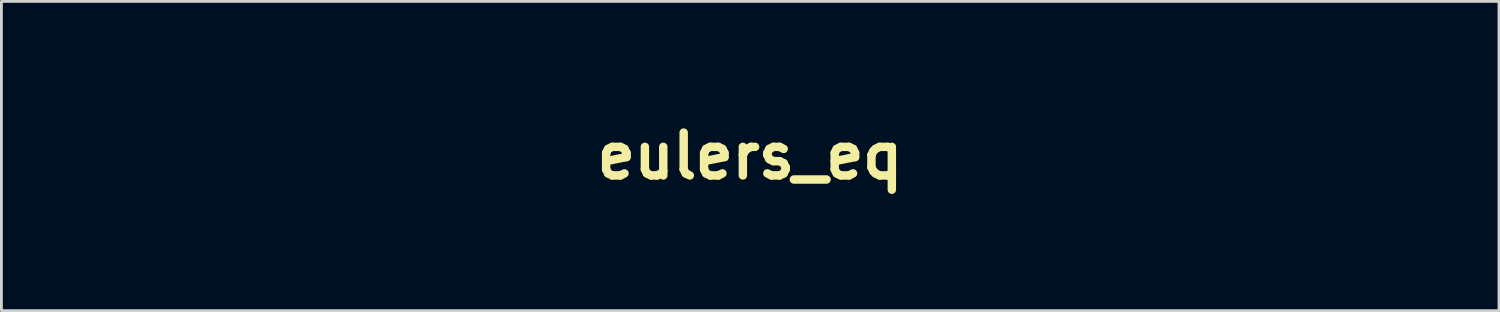
<source format=kicad_pcb>
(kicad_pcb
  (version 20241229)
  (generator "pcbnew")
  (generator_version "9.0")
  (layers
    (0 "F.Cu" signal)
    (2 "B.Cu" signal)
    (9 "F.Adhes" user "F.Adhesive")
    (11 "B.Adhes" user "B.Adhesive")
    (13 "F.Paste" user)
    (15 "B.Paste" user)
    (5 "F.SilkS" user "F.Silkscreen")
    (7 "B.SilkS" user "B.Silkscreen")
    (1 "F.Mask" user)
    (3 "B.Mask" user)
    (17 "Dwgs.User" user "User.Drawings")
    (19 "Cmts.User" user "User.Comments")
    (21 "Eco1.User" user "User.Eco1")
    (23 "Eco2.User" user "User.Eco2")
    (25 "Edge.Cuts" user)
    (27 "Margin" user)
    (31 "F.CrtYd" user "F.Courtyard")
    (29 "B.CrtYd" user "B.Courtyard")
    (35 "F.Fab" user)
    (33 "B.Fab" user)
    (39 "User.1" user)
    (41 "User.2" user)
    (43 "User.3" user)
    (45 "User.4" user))
  (footprint "eulers_eq"
    (layer "F.Cu")
    (at 23.62 2.499)
    (property "Reference" "eulers_eq" (at 0 0 0) (layer "F.SilkS") (effects (font (size 1.524 1.524) (thickness 0.3))))
    (attr board_only exclude_from_pos_files exclude_from_bom)
    (fp_poly (pts (xy -15.971 -2.288) (xy -15.939 -2.262) (xy -15.909 -2.217) (xy -15.908 -2.216) (xy -15.891 -2.145) (xy -15.907 -2.071) (xy -15.948 -2.003) (xy -16.01 -1.951) (xy -16.085 -1.923) (xy -16.117 -1.921) (xy -16.175 -1.928) (xy -16.221 -1.945) (xy -16.224 -1.947) (xy -16.273 -2.004) (xy -16.288 -2.069) (xy -16.277 -2.136) (xy -16.242 -2.2) (xy -16.188 -2.253) (xy -16.122 -2.289) (xy -16.046 -2.302)) (stroke (width 0) (type solid)) (fill yes) (layer "F.Mask"))
    (fp_poly (pts (xy 16.146 -1.388) (xy 16.235 -1.35) (xy 16.305 -1.278) (xy 16.32 -1.255) (xy 16.353 -1.168) (xy 16.36 -1.069) (xy 16.342 -0.974) (xy 16.315 -0.92) (xy 16.239 -0.842) (xy 16.145 -0.796) (xy 16.041 -0.782) (xy 15.935 -0.805) (xy 15.929 -0.808) (xy 15.84 -0.866) (xy 15.78 -0.945) (xy 15.75 -1.038) (xy 15.751 -1.137) (xy 15.785 -1.234) (xy 15.849 -1.319) (xy 15.898 -1.36) (xy 15.945 -1.383) (xy 16.009 -1.393) (xy 16.035 -1.395)) (stroke (width 0) (type solid)) (fill yes) (layer "F.Mask"))
    (fp_poly (pts (xy -9.219 1.419) (xy -8.983 1.419) (xy -8.748 1.42) (xy -8.52 1.421) (xy -8.3 1.423) (xy -8.094 1.425) (xy -7.904 1.427) (xy -7.733 1.429) (xy -7.586 1.432) (xy -7.465 1.435) (xy -7.375 1.439) (xy -7.318 1.443) (xy -7.3 1.446) (xy -7.266 1.472) (xy -7.252 1.512) (xy -7.25 1.55) (xy -7.255 1.607) (xy -7.276 1.639) (xy -7.3 1.654) (xy -7.317 1.659) (xy -7.35 1.663) (xy -7.402 1.666) (xy -7.474 1.669) (xy -7.568 1.672) (xy -7.687 1.674) (xy -7.833 1.675) (xy -8.008 1.677) (xy -8.214 1.678) (xy -8.452 1.678) (xy -8.726 1.678) (xy -9.038 1.678) (xy -9.14 1.678) (xy -9.405 1.678) (xy -9.659 1.677) (xy -9.899 1.676) (xy -10.123 1.675) (xy -10.327 1.673) (xy -10.508 1.672) (xy -10.664 1.67) (xy -10.791 1.667) (xy -10.887 1.665) (xy -10.949 1.662) (xy -10.974 1.66) (xy -11.027 1.621) (xy -11.05 1.568) (xy -11.043 1.511) (xy -11.007 1.462) (xy -10.969 1.44) (xy -10.939 1.436) (xy -10.872 1.432) (xy -10.773 1.429) (xy -10.644 1.426) (xy -10.49 1.424) (xy -10.313 1.422) (xy -10.118 1.421) (xy -9.908 1.42) (xy -9.685 1.419) (xy -9.455 1.419)) (stroke (width 0) (type solid)) (fill yes) (layer "F.Mask"))
    (fp_poly (pts (xy 16.345 1.019) (xy 16.346 1.268) (xy 16.346 1.48) (xy 16.347 1.658) (xy 16.349 1.805) (xy 16.353 1.924) (xy 16.359 2.018) (xy 16.367 2.09) (xy 16.379 2.143) (xy 16.395 2.18) (xy 16.415 2.204) (xy 16.441 2.218) (xy 16.472 2.225) (xy 16.51 2.229) (xy 16.554 2.231) (xy 16.585 2.233) (xy 16.74 2.246) (xy 16.74 2.338) (xy 16.74 2.43) (xy 15.5 2.43) (xy 15.5 2.335) (xy 15.5 2.24) (xy 15.615 2.24) (xy 15.732 2.233) (xy 15.826 2.215) (xy 15.892 2.188) (xy 15.914 2.167) (xy 15.921 2.139) (xy 15.926 2.076) (xy 15.93 1.983) (xy 15.934 1.864) (xy 15.937 1.726) (xy 15.94 1.571) (xy 15.941 1.406) (xy 15.942 1.236) (xy 15.942 1.064) (xy 15.941 0.897) (xy 15.939 0.739) (xy 15.937 0.595) (xy 15.933 0.469) (xy 15.929 0.367) (xy 15.924 0.294) (xy 15.918 0.255) (xy 15.917 0.252) (xy 15.873 0.203) (xy 15.798 0.171) (xy 15.695 0.16) (xy 15.692 0.16) (xy 15.608 0.157) (xy 15.557 0.145) (xy 15.53 0.119) (xy 15.521 0.075) (xy 15.52 0.048) (xy 15.523 -0.008) (xy 15.536 -0.036) (xy 15.564 -0.048) (xy 15.565 -0.048) (xy 15.603 -0.053) (xy 15.672 -0.06) (xy 15.763 -0.068) (xy 15.867 -0.076) (xy 15.976 -0.084) (xy 16.08 -0.091) (xy 16.171 -0.096) (xy 16.24 -0.099) (xy 16.267 -0.1) (xy 16.339 -0.1)) (stroke (width 0) (type solid)) (fill yes) (layer "F.Mask"))
    (fp_poly (pts (xy -8.84 0.32) (xy -8.563 0.32) (xy -8.321 0.321) (xy -8.112 0.321) (xy -7.933 0.322) (xy -7.782 0.323) (xy -7.657 0.325) (xy -7.554 0.327) (xy -7.473 0.329) (xy -7.409 0.332) (xy -7.362 0.335) (xy -7.327 0.339) (xy -7.304 0.343) (xy -7.29 0.348) (xy -7.284 0.351) (xy -7.249 0.398) (xy -7.242 0.457) (xy -7.264 0.513) (xy -7.277 0.527) (xy -7.285 0.533) (xy -7.3 0.538) (xy -7.322 0.542) (xy -7.355 0.546) (xy -7.402 0.549) (xy -7.463 0.552) (xy -7.543 0.554) (xy -7.643 0.556) (xy -7.765 0.557) (xy -7.913 0.558) (xy -8.088 0.559) (xy -8.294 0.559) (xy -8.532 0.56) (xy -8.804 0.56) (xy -9.115 0.56) (xy -9.147 0.56) (xy -9.459 0.56) (xy -9.733 0.56) (xy -9.973 0.56) (xy -10.18 0.559) (xy -10.357 0.559) (xy -10.506 0.558) (xy -10.63 0.557) (xy -10.731 0.555) (xy -10.812 0.553) (xy -10.875 0.551) (xy -10.923 0.548) (xy -10.958 0.544) (xy -10.982 0.54) (xy -10.999 0.535) (xy -11.01 0.529) (xy -11.018 0.522) (xy -11.02 0.52) (xy -11.05 0.476) (xy -11.06 0.44) (xy -11.046 0.396) (xy -11.02 0.36) (xy -11.012 0.353) (xy -11.003 0.347) (xy -10.988 0.342) (xy -10.967 0.337) (xy -10.936 0.334) (xy -10.892 0.33) (xy -10.835 0.328) (xy -10.76 0.326) (xy -10.666 0.324) (xy -10.549 0.322) (xy -10.409 0.322) (xy -10.241 0.321) (xy -10.044 0.32) (xy -9.815 0.32) (xy -9.552 0.32) (xy -9.253 0.32) (xy -9.154 0.32)) (stroke (width 0) (type solid)) (fill yes) (layer "F.Mask"))
    (fp_poly (pts (xy -1.176 -0.127) (xy -1.1 -0.112) (xy -0.894 -0.041) (xy -0.703 0.066) (xy -0.531 0.203) (xy -0.384 0.367) (xy -0.267 0.554) (xy -0.253 0.581) (xy -0.167 0.802) (xy -0.118 1.024) (xy -0.105 1.244) (xy -0.128 1.459) (xy -0.186 1.664) (xy -0.277 1.858) (xy -0.4 2.034) (xy -0.556 2.191) (xy -0.7 2.298) (xy -0.861 2.382) (xy -1.045 2.445) (xy -1.24 2.483) (xy -1.433 2.494) (xy -1.597 2.479) (xy -1.793 2.425) (xy -1.983 2.336) (xy -2.16 2.216) (xy -2.29 2.096) (xy -2.428 1.929) (xy -2.53 1.755) (xy -2.599 1.565) (xy -2.639 1.361) (xy -2.648 1.139) (xy -2.646 1.129) (xy -2.151 1.129) (xy -2.149 1.282) (xy -2.144 1.428) (xy -2.134 1.556) (xy -2.12 1.658) (xy -2.114 1.688) (xy -2.052 1.868) (xy -1.965 2.021) (xy -1.856 2.146) (xy -1.728 2.24) (xy -1.585 2.301) (xy -1.43 2.329) (xy -1.265 2.32) (xy -1.105 2.277) (xy -0.976 2.208) (xy -0.86 2.105) (xy -0.76 1.974) (xy -0.682 1.819) (xy -0.637 1.68) (xy -0.626 1.613) (xy -0.618 1.514) (xy -0.613 1.392) (xy -0.61 1.256) (xy -0.609 1.115) (xy -0.611 0.976) (xy -0.616 0.848) (xy -0.623 0.741) (xy -0.633 0.661) (xy -0.638 0.64) (xy -0.701 0.459) (xy -0.792 0.305) (xy -0.911 0.18) (xy -1.055 0.084) (xy -1.077 0.073) (xy -1.151 0.041) (xy -1.213 0.022) (xy -1.28 0.013) (xy -1.368 0.011) (xy -1.38 0.011) (xy -1.475 0.013) (xy -1.547 0.022) (xy -1.611 0.041) (xy -1.664 0.064) (xy -1.816 0.156) (xy -1.941 0.277) (xy -2.038 0.426) (xy -2.106 0.601) (xy -2.114 0.632) (xy -2.129 0.72) (xy -2.141 0.839) (xy -2.148 0.978) (xy -2.151 1.129) (xy -2.646 1.129) (xy -2.62 0.921) (xy -2.559 0.712) (xy -2.466 0.516) (xy -2.345 0.337) (xy -2.198 0.18) (xy -2.028 0.049) (xy -1.837 -0.052) (xy -1.76 -0.081) (xy -1.629 -0.114) (xy -1.477 -0.133) (xy -1.321 -0.138)) (stroke (width 0) (type solid)) (fill yes) (layer "F.Mask"))
    (fp_poly (pts (xy -16.344 -1.402) (xy -16.225 -1.353) (xy -16.17 -1.314) (xy -16.091 -1.228) (xy -16.049 -1.125) (xy -16.041 -1.036) (xy -16.046 -0.994) (xy -16.06 -0.918) (xy -16.082 -0.815) (xy -16.111 -0.689) (xy -16.145 -0.545) (xy -16.183 -0.388) (xy -16.224 -0.224) (xy -16.266 -0.059) (xy -16.307 0.104) (xy -16.348 0.258) (xy -16.386 0.398) (xy -16.42 0.52) (xy -16.448 0.617) (xy -16.47 0.685) (xy -16.481 0.712) (xy -16.542 0.81) (xy -16.629 0.91) (xy -16.729 0.999) (xy -16.831 1.065) (xy -16.836 1.068) (xy -16.978 1.126) (xy -17.127 1.163) (xy -17.272 1.176) (xy -17.4 1.164) (xy -17.41 1.161) (xy -17.518 1.121) (xy -17.597 1.061) (xy -17.645 0.988) (xy -17.659 0.905) (xy -17.637 0.818) (xy -17.614 0.778) (xy -17.558 0.721) (xy -17.488 0.686) (xy -17.413 0.674) (xy -17.344 0.685) (xy -17.292 0.722) (xy -17.28 0.741) (xy -17.262 0.81) (xy -17.271 0.889) (xy -17.301 0.962) (xy -17.349 1.015) (xy -17.355 1.018) (xy -17.367 1.03) (xy -17.348 1.037) (xy -17.294 1.039) (xy -17.281 1.039) (xy -17.152 1.021) (xy -17.033 0.965) (xy -16.927 0.876) (xy -16.839 0.756) (xy -16.821 0.723) (xy -16.807 0.685) (xy -16.785 0.613) (xy -16.757 0.513) (xy -16.723 0.389) (xy -16.685 0.247) (xy -16.644 0.09) (xy -16.602 -0.075) (xy -16.56 -0.243) (xy -16.518 -0.41) (xy -16.479 -0.571) (xy -16.443 -0.72) (xy -16.412 -0.853) (xy -16.388 -0.965) (xy -16.37 -1.05) (xy -16.361 -1.103) (xy -16.36 -1.115) (xy -16.372 -1.199) (xy -16.408 -1.253) (xy -16.471 -1.278) (xy -16.507 -1.28) (xy -16.608 -1.261) (xy -16.711 -1.205) (xy -16.813 -1.117) (xy -16.908 -0.998) (xy -16.974 -0.89) (xy -17.015 -0.819) (xy -17.044 -0.777) (xy -17.071 -0.757) (xy -17.101 -0.75) (xy -17.11 -0.75) (xy -17.156 -0.759) (xy -17.175 -0.787) (xy -17.168 -0.839) (xy -17.136 -0.918) (xy -17.127 -0.936) (xy -17.064 -1.038) (xy -16.979 -1.143) (xy -16.883 -1.241) (xy -16.787 -1.319) (xy -16.741 -1.348) (xy -16.61 -1.399) (xy -16.475 -1.417)) (stroke (width 0) (type solid)) (fill yes) (layer "F.Mask"))
    (fp_poly (pts (xy -3.667 -0.118) (xy -3.498 -0.074) (xy -3.347 -0.01) (xy -3.222 0.072) (xy -3.213 0.08) (xy -3.127 0.173) (xy -3.067 0.276) (xy -3.032 0.381) (xy -3.023 0.483) (xy -3.039 0.576) (xy -3.08 0.656) (xy -3.146 0.715) (xy -3.236 0.749) (xy -3.247 0.751) (xy -3.353 0.749) (xy -3.442 0.714) (xy -3.51 0.649) (xy -3.55 0.559) (xy -3.56 0.479) (xy -3.543 0.377) (xy -3.493 0.296) (xy -3.414 0.24) (xy -3.371 0.224) (xy -3.312 0.208) (xy -3.377 0.162) (xy -3.506 0.092) (xy -3.66 0.049) (xy -3.841 0.032) (xy -3.86 0.031) (xy -3.956 0.032) (xy -4.026 0.038) (xy -4.083 0.05) (xy -4.139 0.072) (xy -4.16 0.082) (xy -4.294 0.167) (xy -4.411 0.287) (xy -4.508 0.441) (xy -4.586 0.626) (xy -4.614 0.72) (xy -4.634 0.827) (xy -4.647 0.962) (xy -4.652 1.113) (xy -4.65 1.27) (xy -4.64 1.42) (xy -4.624 1.553) (xy -4.604 1.646) (xy -4.552 1.802) (xy -4.492 1.929) (xy -4.417 2.039) (xy -4.343 2.121) (xy -4.223 2.221) (xy -4.097 2.286) (xy -3.956 2.319) (xy -3.836 2.326) (xy -3.743 2.322) (xy -3.67 2.31) (xy -3.597 2.284) (xy -3.553 2.264) (xy -3.447 2.205) (xy -3.357 2.132) (xy -3.279 2.04) (xy -3.208 1.921) (xy -3.138 1.77) (xy -3.123 1.734) (xy -3.1 1.695) (xy -3.066 1.682) (xy -3.035 1.684) (xy -2.989 1.696) (xy -2.967 1.725) (xy -2.967 1.777) (xy -2.989 1.856) (xy -3 1.886) (xy -3.082 2.05) (xy -3.196 2.196) (xy -3.336 2.318) (xy -3.496 2.41) (xy -3.554 2.434) (xy -3.698 2.471) (xy -3.861 2.49) (xy -4.025 2.489) (xy -4.16 2.47) (xy -4.367 2.404) (xy -4.554 2.306) (xy -4.719 2.18) (xy -4.861 2.029) (xy -4.976 1.857) (xy -5.064 1.668) (xy -5.123 1.466) (xy -5.15 1.253) (xy -5.143 1.035) (xy -5.101 0.813) (xy -5.071 0.716) (xy -4.981 0.514) (xy -4.86 0.332) (xy -4.713 0.174) (xy -4.542 0.043) (xy -4.353 -0.056) (xy -4.191 -0.11) (xy -4.022 -0.137) (xy -3.845 -0.139)) (stroke (width 0) (type solid)) (fill yes) (layer "F.Mask"))
    (fp_poly (pts (xy -13.894 -2.446) (xy -13.779 -2.387) (xy -13.713 -2.329) (xy -13.621 -2.207) (xy -13.553 -2.056) (xy -13.508 -1.883) (xy -13.486 -1.69) (xy -13.487 -1.482) (xy -13.51 -1.262) (xy -13.555 -1.036) (xy -13.621 -0.808) (xy -13.709 -0.58) (xy -13.816 -0.359) (xy -13.929 -0.17) (xy -14.001 -0.073) (xy -14.09 0.03) (xy -14.189 0.13) (xy -14.289 0.219) (xy -14.381 0.29) (xy -14.446 0.329) (xy -14.588 0.381) (xy -14.727 0.398) (xy -14.858 0.38) (xy -14.933 0.351) (xy -15.041 0.276) (xy -15.13 0.171) (xy -15.201 0.033) (xy -15.25 -0.119) (xy -15.268 -0.221) (xy -15.269 -0.238) (xy -14.963 -0.238) (xy -14.956 -0.073) (xy -14.933 0.06) (xy -14.895 0.16) (xy -14.845 0.221) (xy -14.774 0.253) (xy -14.688 0.256) (xy -14.598 0.231) (xy -14.529 0.191) (xy -14.444 0.11) (xy -14.356 -0.004) (xy -14.268 -0.144) (xy -14.184 -0.302) (xy -14.107 -0.472) (xy -14.04 -0.648) (xy -13.988 -0.821) (xy -13.971 -0.895) (xy -13.957 -0.96) (xy -14.857 -0.96) (xy -14.887 -0.825) (xy -14.92 -0.669) (xy -14.943 -0.538) (xy -14.956 -0.421) (xy -14.963 -0.305) (xy -14.963 -0.238) (xy -15.269 -0.238) (xy -15.278 -0.351) (xy -15.282 -0.497) (xy -15.277 -0.647) (xy -15.266 -0.79) (xy -15.249 -0.898) (xy -15.195 -1.12) (xy -14.817 -1.12) (xy -14.37 -1.12) (xy -14.24 -1.121) (xy -14.124 -1.123) (xy -14.028 -1.126) (xy -13.958 -1.129) (xy -13.918 -1.134) (xy -13.912 -1.136) (xy -13.9 -1.17) (xy -13.885 -1.235) (xy -13.867 -1.322) (xy -13.849 -1.421) (xy -13.832 -1.525) (xy -13.818 -1.624) (xy -13.808 -1.709) (xy -13.806 -1.742) (xy -13.804 -1.901) (xy -13.819 -2.042) (xy -13.85 -2.16) (xy -13.894 -2.252) (xy -13.952 -2.312) (xy -13.985 -2.328) (xy -14.064 -2.336) (xy -14.152 -2.308) (xy -14.246 -2.249) (xy -14.34 -2.162) (xy -14.432 -2.05) (xy -14.518 -1.915) (xy -14.543 -1.869) (xy -14.628 -1.691) (xy -14.701 -1.506) (xy -14.767 -1.298) (xy -14.776 -1.265) (xy -14.817 -1.12) (xy -15.195 -1.12) (xy -15.187 -1.152) (xy -15.099 -1.402) (xy -14.989 -1.641) (xy -14.861 -1.862) (xy -14.718 -2.058) (xy -14.58 -2.208) (xy -14.436 -2.325) (xy -14.293 -2.408) (xy -14.153 -2.456) (xy -14.019 -2.469)) (stroke (width 0) (type solid)) (fill yes) (layer "F.Mask"))
    (fp_poly (pts (xy -19.434 -2.497) (xy -19.423 -2.496) (xy -19.396 -2.491) (xy -19.375 -2.48) (xy -19.358 -2.46) (xy -19.344 -2.426) (xy -19.335 -2.374) (xy -19.328 -2.302) (xy -19.324 -2.204) (xy -19.322 -2.077) (xy -19.321 -1.917) (xy -19.32 -1.755) (xy -19.32 -1.12) (xy -18.664 -1.12) (xy -18.469 -1.12) (xy -18.311 -1.118) (xy -18.188 -1.116) (xy -18.096 -1.112) (xy -18.033 -1.108) (xy -17.996 -1.102) (xy -17.984 -1.096) (xy -17.963 -1.051) (xy -17.964 -0.994) (xy -17.985 -0.945) (xy -17.993 -0.937) (xy -18.01 -0.929) (xy -18.044 -0.923) (xy -18.097 -0.918) (xy -18.174 -0.913) (xy -18.279 -0.91) (xy -18.414 -0.907) (xy -18.584 -0.905) (xy -18.673 -0.904) (xy -19.32 -0.898) (xy -19.32 0.238) (xy -18.673 0.244) (xy -18.486 0.246) (xy -18.336 0.249) (xy -18.218 0.252) (xy -18.129 0.255) (xy -18.066 0.26) (xy -18.023 0.266) (xy -17.999 0.274) (xy -17.993 0.277) (xy -17.967 0.321) (xy -17.961 0.378) (xy -17.977 0.428) (xy -17.984 0.436) (xy -18.008 0.44) (xy -18.068 0.444) (xy -18.16 0.448) (xy -18.281 0.451) (xy -18.426 0.454) (xy -18.591 0.456) (xy -18.773 0.458) (xy -18.968 0.459) (xy -19.172 0.46) (xy -19.38 0.461) (xy -19.59 0.461) (xy -19.796 0.46) (xy -19.996 0.459) (xy -20.185 0.458) (xy -20.36 0.456) (xy -20.516 0.454) (xy -20.65 0.451) (xy -20.757 0.448) (xy -20.835 0.445) (xy -20.878 0.44) (xy -20.885 0.438) (xy -20.912 0.402) (xy -20.919 0.35) (xy -20.904 0.299) (xy -20.887 0.277) (xy -20.87 0.27) (xy -20.836 0.263) (xy -20.783 0.258) (xy -20.707 0.253) (xy -20.603 0.25) (xy -20.469 0.247) (xy -20.3 0.245) (xy -20.197 0.244) (xy -19.54 0.238) (xy -19.54 -0.898) (xy -20.197 -0.904) (xy -20.385 -0.906) (xy -20.537 -0.908) (xy -20.656 -0.912) (xy -20.746 -0.915) (xy -20.811 -0.92) (xy -20.854 -0.926) (xy -20.88 -0.933) (xy -20.887 -0.937) (xy -20.914 -0.981) (xy -20.919 -1.035) (xy -20.901 -1.082) (xy -20.881 -1.099) (xy -20.849 -1.105) (xy -20.779 -1.111) (xy -20.674 -1.115) (xy -20.535 -1.118) (xy -20.365 -1.119) (xy -20.191 -1.12) (xy -19.54 -1.12) (xy -19.54 -1.779) (xy -19.54 -1.969) (xy -19.539 -2.122) (xy -19.537 -2.244) (xy -19.533 -2.336) (xy -19.526 -2.404) (xy -19.516 -2.45) (xy -19.503 -2.479) (xy -19.485 -2.494) (xy -19.462 -2.499)) (stroke (width 0) (type solid)) (fill yes) (layer "F.Mask"))
    (fp_poly (pts (xy 9.651 -1.369) (xy 9.679 -1.341) (xy 9.685 -1.31) (xy 9.69 -1.24) (xy 9.694 -1.133) (xy 9.697 -0.989) (xy 9.699 -0.811) (xy 9.7 -0.598) (xy 9.7 -0.451) (xy 9.7 0.4) (xy 10.56 0.4) (xy 10.768 0.4) (xy 10.94 0.4) (xy 11.079 0.401) (xy 11.189 0.402) (xy 11.274 0.404) (xy 11.337 0.407) (xy 11.383 0.411) (xy 11.414 0.416) (xy 11.435 0.422) (xy 11.449 0.43) (xy 11.46 0.44) (xy 11.495 0.495) (xy 11.491 0.554) (xy 11.469 0.596) (xy 11.438 0.64) (xy 9.7 0.64) (xy 9.7 2.18) (xy 10.539 2.18) (xy 10.77 2.18) (xy 10.962 2.182) (xy 11.119 2.184) (xy 11.241 2.187) (xy 11.332 2.191) (xy 11.393 2.196) (xy 11.426 2.202) (xy 11.43 2.203) (xy 11.475 2.242) (xy 11.497 2.296) (xy 11.49 2.35) (xy 11.486 2.358) (xy 11.477 2.372) (xy 11.467 2.384) (xy 11.453 2.395) (xy 11.433 2.404) (xy 11.404 2.411) (xy 11.364 2.418) (xy 11.311 2.423) (xy 11.242 2.428) (xy 11.154 2.431) (xy 11.045 2.434) (xy 10.913 2.436) (xy 10.754 2.437) (xy 10.568 2.438) (xy 10.351 2.439) (xy 10.1 2.439) (xy 9.814 2.439) (xy 9.58 2.438) (xy 9.315 2.438) (xy 9.061 2.437) (xy 8.821 2.436) (xy 8.597 2.435) (xy 8.393 2.433) (xy 8.212 2.432) (xy 8.056 2.43) (xy 7.929 2.427) (xy 7.833 2.425) (xy 7.771 2.422) (xy 7.746 2.42) (xy 7.693 2.381) (xy 7.67 2.328) (xy 7.677 2.271) (xy 7.713 2.222) (xy 7.751 2.2) (xy 7.784 2.195) (xy 7.853 2.191) (xy 7.955 2.187) (xy 8.088 2.184) (xy 8.247 2.182) (xy 8.43 2.18) (xy 8.631 2.18) (xy 9.46 2.18) (xy 9.46 0.64) (xy 8.6 0.64) (xy 8.392 0.64) (xy 8.22 0.64) (xy 8.081 0.639) (xy 7.971 0.638) (xy 7.886 0.636) (xy 7.823 0.633) (xy 7.777 0.629) (xy 7.746 0.624) (xy 7.725 0.618) (xy 7.711 0.61) (xy 7.7 0.6) (xy 7.67 0.556) (xy 7.66 0.52) (xy 7.674 0.476) (xy 7.7 0.44) (xy 7.711 0.43) (xy 7.725 0.422) (xy 7.746 0.416) (xy 7.777 0.411) (xy 7.823 0.407) (xy 7.887 0.404) (xy 7.972 0.402) (xy 8.082 0.401) (xy 8.221 0.4) (xy 8.394 0.4) (xy 8.6 0.4) (xy 9.46 0.4) (xy 9.46 -0.446) (xy 9.46 -0.663) (xy 9.461 -0.844) (xy 9.462 -0.991) (xy 9.465 -1.109) (xy 9.469 -1.2) (xy 9.476 -1.268) (xy 9.485 -1.316) (xy 9.498 -1.348) (xy 9.515 -1.367) (xy 9.535 -1.377) (xy 9.561 -1.38) (xy 9.59 -1.38)) (stroke (width 0) (type solid)) (fill yes) (layer "F.Mask"))
    (fp_poly (pts (xy -21.944 -0.088) (xy -21.797 -0.045) (xy -21.678 0.026) (xy -21.586 0.127) (xy -21.548 0.193) (xy -21.517 0.264) (xy -21.503 0.324) (xy -21.503 0.395) (xy -21.505 0.426) (xy -21.536 0.573) (xy -21.603 0.71) (xy -21.701 0.831) (xy -21.825 0.929) (xy -21.88 0.96) (xy -21.998 1.007) (xy -22.152 1.047) (xy -22.341 1.08) (xy -22.559 1.104) (xy -22.805 1.121) (xy -22.94 1.125) (xy -23.11 1.13) (xy -23.146 1.3) (xy -23.169 1.442) (xy -23.182 1.593) (xy -23.184 1.739) (xy -23.176 1.871) (xy -23.156 1.976) (xy -23.155 1.981) (xy -23.098 2.119) (xy -23.022 2.223) (xy -22.924 2.293) (xy -22.802 2.333) (xy -22.667 2.343) (xy -22.444 2.321) (xy -22.227 2.26) (xy -22.018 2.161) (xy -21.82 2.025) (xy -21.665 1.885) (xy -21.594 1.813) (xy -21.544 1.767) (xy -21.509 1.742) (xy -21.484 1.733) (xy -21.464 1.738) (xy -21.46 1.74) (xy -21.427 1.778) (xy -21.42 1.813) (xy -21.436 1.856) (xy -21.478 1.916) (xy -21.542 1.987) (xy -21.621 2.063) (xy -21.709 2.139) (xy -21.801 2.209) (xy -21.89 2.267) (xy -21.89 2.267) (xy -22.073 2.359) (xy -22.268 2.429) (xy -22.465 2.475) (xy -22.657 2.495) (xy -22.836 2.489) (xy -22.931 2.472) (xy -23.1 2.411) (xy -23.253 2.316) (xy -23.384 2.193) (xy -23.485 2.046) (xy -23.485 2.046) (xy -23.557 1.874) (xy -23.602 1.681) (xy -23.62 1.474) (xy -23.61 1.262) (xy -23.573 1.053) (xy -23.541 0.953) (xy -23.06 0.953) (xy -23.041 0.958) (xy -22.99 0.961) (xy -22.915 0.961) (xy -22.822 0.96) (xy -22.72 0.957) (xy -22.617 0.953) (xy -22.519 0.947) (xy -22.435 0.941) (xy -22.372 0.933) (xy -22.36 0.931) (xy -22.164 0.884) (xy -22.003 0.819) (xy -21.876 0.737) (xy -21.786 0.639) (xy -21.731 0.524) (xy -21.712 0.4) (xy -21.716 0.32) (xy -21.734 0.259) (xy -21.763 0.206) (xy -21.825 0.133) (xy -21.902 0.085) (xy -22 0.058) (xy -22.128 0.05) (xy -22.13 0.05) (xy -22.216 0.052) (xy -22.282 0.061) (xy -22.346 0.08) (xy -22.423 0.114) (xy -22.443 0.123) (xy -22.609 0.224) (xy -22.754 0.357) (xy -22.873 0.517) (xy -22.906 0.575) (xy -22.941 0.645) (xy -22.977 0.726) (xy -23.011 0.807) (xy -23.039 0.88) (xy -23.056 0.933) (xy -23.06 0.953) (xy -23.541 0.953) (xy -23.509 0.854) (xy -23.505 0.845) (xy -23.395 0.635) (xy -23.253 0.444) (xy -23.083 0.274) (xy -22.889 0.13) (xy -22.676 0.016) (xy -22.448 -0.066) (xy -22.384 -0.081) (xy -22.318 -0.092) (xy -22.23 -0.099) (xy -22.135 -0.103) (xy -22.119 -0.103)) (stroke (width 0) (type solid)) (fill yes) (layer "F.Mask"))
    (fp_poly (pts (xy 23.143 -1.572) (xy 23.253 -1.514) (xy 23.363 -1.416) (xy 23.454 -1.286) (xy 23.527 -1.127) (xy 23.582 -0.943) (xy 23.618 -0.735) (xy 23.634 -0.509) (xy 23.632 -0.268) (xy 23.609 -0.014) (xy 23.567 0.248) (xy 23.504 0.516) (xy 23.456 0.68) (xy 23.35 0.98) (xy 23.229 1.261) (xy 23.096 1.52) (xy 22.953 1.755) (xy 22.8 1.963) (xy 22.642 2.141) (xy 22.478 2.286) (xy 22.312 2.396) (xy 22.202 2.448) (xy 22.089 2.479) (xy 21.964 2.491) (xy 21.845 2.485) (xy 21.778 2.47) (xy 21.655 2.41) (xy 21.548 2.316) (xy 21.457 2.19) (xy 21.383 2.035) (xy 21.326 1.854) (xy 21.288 1.649) (xy 21.287 1.639) (xy 21.664 1.639) (xy 21.666 1.777) (xy 21.68 1.957) (xy 21.707 2.1) (xy 21.746 2.209) (xy 21.798 2.285) (xy 21.864 2.329) (xy 21.886 2.336) (xy 21.983 2.342) (xy 22.089 2.314) (xy 22.195 2.254) (xy 22.292 2.167) (xy 22.393 2.044) (xy 22.494 1.89) (xy 22.595 1.708) (xy 22.691 1.505) (xy 22.782 1.282) (xy 22.865 1.046) (xy 22.931 0.824) (xy 22.957 0.729) (xy 22.978 0.648) (xy 22.993 0.588) (xy 23 0.558) (xy 23 0.557) (xy 22.981 0.552) (xy 22.927 0.549) (xy 22.842 0.545) (xy 22.733 0.543) (xy 22.604 0.541) (xy 22.459 0.54) (xy 22.421 0.54) (xy 21.842 0.54) (xy 21.819 0.625) (xy 21.755 0.889) (xy 21.707 1.152) (xy 21.677 1.406) (xy 21.664 1.639) (xy 21.287 1.639) (xy 21.268 1.424) (xy 21.268 1.181) (xy 21.289 0.923) (xy 21.33 0.652) (xy 21.341 0.592) (xy 21.398 0.362) (xy 21.411 0.319) (xy 21.9 0.319) (xy 21.917 0.326) (xy 21.967 0.331) (xy 22.053 0.335) (xy 22.176 0.338) (xy 22.336 0.34) (xy 22.479 0.34) (xy 23.058 0.34) (xy 23.078 0.265) (xy 23.133 0.036) (xy 23.178 -0.197) (xy 23.212 -0.423) (xy 23.233 -0.634) (xy 23.24 -0.805) (xy 23.233 -1.001) (xy 23.211 -1.16) (xy 23.173 -1.285) (xy 23.119 -1.375) (xy 23.049 -1.433) (xy 22.962 -1.458) (xy 22.93 -1.46) (xy 22.83 -1.441) (xy 22.727 -1.384) (xy 22.621 -1.292) (xy 22.515 -1.168) (xy 22.41 -1.013) (xy 22.306 -0.83) (xy 22.207 -0.622) (xy 22.113 -0.391) (xy 22.026 -0.138) (xy 21.971 0.045) (xy 21.945 0.141) (xy 21.922 0.223) (xy 21.907 0.284) (xy 21.9 0.317) (xy 21.9 0.319) (xy 21.411 0.319) (xy 21.475 0.116) (xy 21.569 -0.136) (xy 21.676 -0.382) (xy 21.79 -0.612) (xy 21.908 -0.815) (xy 21.938 -0.861) (xy 22.088 -1.066) (xy 22.242 -1.24) (xy 22.398 -1.381) (xy 22.554 -1.489) (xy 22.708 -1.564) (xy 22.859 -1.603) (xy 23.004 -1.606)) (stroke (width 0) (type solid)) (fill yes) (layer "F.Mask"))
    (fp_poly (pts (xy 5.286 -1.6) (xy 5.416 -1.553) (xy 5.533 -1.47) (xy 5.635 -1.35) (xy 5.722 -1.194) (xy 5.793 -1.003) (xy 5.805 -0.964) (xy 5.82 -0.904) (xy 5.831 -0.845) (xy 5.839 -0.779) (xy 5.843 -0.699) (xy 5.846 -0.597) (xy 5.847 -0.465) (xy 5.847 -0.41) (xy 5.847 -0.266) (xy 5.845 -0.153) (xy 5.841 -0.061) (xy 5.834 0.02) (xy 5.823 0.098) (xy 5.807 0.183) (xy 5.793 0.248) (xy 5.717 0.556) (xy 5.62 0.856) (xy 5.507 1.143) (xy 5.378 1.413) (xy 5.236 1.662) (xy 5.084 1.886) (xy 4.923 2.081) (xy 4.756 2.242) (xy 4.654 2.321) (xy 4.492 2.418) (xy 4.332 2.475) (xy 4.172 2.495) (xy 4.057 2.486) (xy 3.959 2.453) (xy 3.859 2.387) (xy 3.763 2.295) (xy 3.68 2.184) (xy 3.614 2.061) (xy 3.602 2.03) (xy 3.552 1.861) (xy 3.516 1.663) (xy 3.516 1.66) (xy 3.892 1.66) (xy 3.895 1.839) (xy 3.907 1.984) (xy 3.928 2.099) (xy 3.96 2.19) (xy 4.003 2.26) (xy 4.021 2.281) (xy 4.06 2.317) (xy 4.101 2.334) (xy 4.16 2.34) (xy 4.184 2.34) (xy 4.267 2.333) (xy 4.337 2.309) (xy 4.385 2.281) (xy 4.481 2.203) (xy 4.582 2.089) (xy 4.684 1.944) (xy 4.785 1.774) (xy 4.883 1.581) (xy 4.975 1.37) (xy 5.058 1.147) (xy 5.129 0.925) (xy 5.157 0.825) (xy 5.182 0.733) (xy 5.201 0.659) (xy 5.21 0.614) (xy 5.224 0.54) (xy 4.063 0.54) (xy 4.013 0.755) (xy 3.971 0.94) (xy 3.939 1.097) (xy 3.917 1.237) (xy 3.903 1.37) (xy 3.895 1.506) (xy 3.892 1.656) (xy 3.892 1.66) (xy 3.516 1.66) (xy 3.496 1.446) (xy 3.491 1.22) (xy 3.502 0.993) (xy 3.528 0.79) (xy 3.609 0.408) (xy 3.63 0.341) (xy 4.116 0.341) (xy 4.703 0.335) (xy 5.29 0.33) (xy 5.345 0.09) (xy 5.39 -0.123) (xy 5.423 -0.309) (xy 5.444 -0.478) (xy 5.455 -0.64) (xy 5.456 -0.806) (xy 5.454 -0.88) (xy 5.447 -1.026) (xy 5.437 -1.139) (xy 5.421 -1.225) (xy 5.398 -1.293) (xy 5.366 -1.348) (xy 5.328 -1.393) (xy 5.283 -1.435) (xy 5.239 -1.455) (xy 5.178 -1.46) (xy 5.167 -1.46) (xy 5.06 -1.44) (xy 4.952 -1.383) (xy 4.842 -1.289) (xy 4.733 -1.161) (xy 4.625 -1.001) (xy 4.519 -0.81) (xy 4.418 -0.591) (xy 4.322 -0.345) (xy 4.233 -0.074) (xy 4.222 -0.04) (xy 4.192 0.063) (xy 4.165 0.156) (xy 4.143 0.231) (xy 4.13 0.278) (xy 4.129 0.285) (xy 4.116 0.341) (xy 3.63 0.341) (xy 3.725 0.032) (xy 3.872 -0.33) (xy 4.048 -0.673) (xy 4.173 -0.877) (xy 4.256 -0.992) (xy 4.357 -1.112) (xy 4.467 -1.229) (xy 4.579 -1.337) (xy 4.687 -1.428) (xy 4.784 -1.495) (xy 4.82 -1.515) (xy 4.987 -1.582) (xy 5.142 -1.61)) (stroke (width 0) (type solid)) (fill yes) (layer "F.Mask"))
    (fp_poly (pts (xy 18.847 -0.102) (xy 19.011 -0.077) (xy 19.157 -0.028) (xy 19.172 -0.021) (xy 19.276 0.041) (xy 19.356 0.114) (xy 19.422 0.21) (xy 19.458 0.28) (xy 19.51 0.39) (xy 19.52 1.264) (xy 19.522 1.48) (xy 19.525 1.66) (xy 19.527 1.807) (xy 19.531 1.924) (xy 19.536 2.015) (xy 19.543 2.083) (xy 19.552 2.133) (xy 19.565 2.167) (xy 19.581 2.189) (xy 19.602 2.202) (xy 19.627 2.211) (xy 19.658 2.218) (xy 19.672 2.221) (xy 19.738 2.231) (xy 19.82 2.238) (xy 19.866 2.24) (xy 19.982 2.24) (xy 19.976 2.332) (xy 19.97 2.424) (xy 18.67 2.424) (xy 18.664 2.334) (xy 18.658 2.245) (xy 18.827 2.236) (xy 18.938 2.226) (xy 19.016 2.208) (xy 19.066 2.178) (xy 19.096 2.132) (xy 19.11 2.075) (xy 19.114 2.026) (xy 19.117 1.944) (xy 19.119 1.835) (xy 19.119 1.704) (xy 19.119 1.557) (xy 19.118 1.398) (xy 19.116 1.232) (xy 19.113 1.067) (xy 19.11 0.905) (xy 19.106 0.754) (xy 19.101 0.618) (xy 19.097 0.503) (xy 19.092 0.414) (xy 19.086 0.356) (xy 19.083 0.338) (xy 19.034 0.232) (xy 18.965 0.138) (xy 18.913 0.092) (xy 18.876 0.07) (xy 18.831 0.057) (xy 18.767 0.051) (xy 18.693 0.05) (xy 18.599 0.053) (xy 18.526 0.063) (xy 18.46 0.084) (xy 18.415 0.104) (xy 18.279 0.189) (xy 18.16 0.306) (xy 18.063 0.447) (xy 17.993 0.608) (xy 17.96 0.74) (xy 17.953 0.806) (xy 17.948 0.909) (xy 17.945 1.048) (xy 17.943 1.219) (xy 17.943 1.421) (xy 17.944 1.504) (xy 17.946 1.692) (xy 17.947 1.844) (xy 17.951 1.964) (xy 17.957 2.055) (xy 17.968 2.123) (xy 17.985 2.169) (xy 18.009 2.2) (xy 18.042 2.217) (xy 18.085 2.227) (xy 18.139 2.231) (xy 18.207 2.235) (xy 18.208 2.235) (xy 18.38 2.246) (xy 18.38 2.43) (xy 17.08 2.43) (xy 17.08 2.24) (xy 17.195 2.24) (xy 17.312 2.233) (xy 17.406 2.215) (xy 17.472 2.188) (xy 17.494 2.167) (xy 17.501 2.15) (xy 17.506 2.115) (xy 17.51 2.06) (xy 17.514 1.981) (xy 17.516 1.875) (xy 17.518 1.74) (xy 17.519 1.574) (xy 17.52 1.372) (xy 17.52 1.207) (xy 17.52 0.282) (xy 17.474 0.228) (xy 17.446 0.201) (xy 17.412 0.183) (xy 17.362 0.171) (xy 17.286 0.161) (xy 17.259 0.159) (xy 17.182 0.151) (xy 17.122 0.145) (xy 17.089 0.142) (xy 17.085 0.141) (xy 17.082 0.123) (xy 17.08 0.077) (xy 17.08 0.05) (xy 17.083 -0.007) (xy 17.095 -0.035) (xy 17.122 -0.048) (xy 17.125 -0.048) (xy 17.163 -0.053) (xy 17.232 -0.06) (xy 17.323 -0.068) (xy 17.427 -0.076) (xy 17.536 -0.084) (xy 17.641 -0.091) (xy 17.732 -0.096) (xy 17.801 -0.099) (xy 17.828 -0.1) (xy 17.9 -0.1) (xy 17.9 0.45) (xy 17.977 0.33) (xy 18.071 0.205) (xy 18.183 0.093) (xy 18.3 0.005) (xy 18.369 -0.032) (xy 18.513 -0.08) (xy 18.677 -0.103)) (stroke (width 0) (type solid)) (fill yes) (layer "F.Mask"))
    (fp_poly (pts (xy 14.963 -0.135) (xy 14.988 -0.108) (xy 14.992 -0.079) (xy 14.995 -0.017) (xy 14.998 0.072) (xy 14.999 0.179) (xy 15 0.29) (xy 14.999 0.409) (xy 14.998 0.515) (xy 14.995 0.602) (xy 14.991 0.662) (xy 14.988 0.688) (xy 14.961 0.711) (xy 14.916 0.72) (xy 14.871 0.714) (xy 14.85 0.699) (xy 14.84 0.67) (xy 14.829 0.613) (xy 14.818 0.546) (xy 14.779 0.378) (xy 14.712 0.239) (xy 14.617 0.129) (xy 14.495 0.048) (xy 14.472 0.037) (xy 14.417 0.016) (xy 14.361 0.002) (xy 14.293 -0.005) (xy 14.202 -0.007) (xy 14.16 -0.007) (xy 13.985 0.004) (xy 13.842 0.036) (xy 13.728 0.089) (xy 13.641 0.166) (xy 13.578 0.268) (xy 13.546 0.366) (xy 13.547 0.457) (xy 13.581 0.553) (xy 13.616 0.611) (xy 13.663 0.661) (xy 13.726 0.706) (xy 13.81 0.746) (xy 13.919 0.786) (xy 14.057 0.825) (xy 14.228 0.866) (xy 14.326 0.887) (xy 14.43 0.912) (xy 14.532 0.939) (xy 14.617 0.966) (xy 14.666 0.986) (xy 14.793 1.062) (xy 14.913 1.167) (xy 15.013 1.289) (xy 15.065 1.376) (xy 15.096 1.443) (xy 15.115 1.497) (xy 15.125 1.554) (xy 15.129 1.625) (xy 15.129 1.7) (xy 15.118 1.859) (xy 15.087 1.992) (xy 15.031 2.108) (xy 14.948 2.218) (xy 14.948 2.218) (xy 14.828 2.323) (xy 14.683 2.404) (xy 14.52 2.46) (xy 14.346 2.49) (xy 14.169 2.495) (xy 13.996 2.472) (xy 13.835 2.422) (xy 13.691 2.344) (xy 13.669 2.328) (xy 13.579 2.259) (xy 13.467 2.38) (xy 13.392 2.452) (xy 13.333 2.492) (xy 13.291 2.498) (xy 13.269 2.475) (xy 13.267 2.448) (xy 13.265 2.388) (xy 13.264 2.299) (xy 13.263 2.187) (xy 13.264 2.058) (xy 13.265 1.95) (xy 13.27 1.45) (xy 13.324 1.444) (xy 13.355 1.444) (xy 13.379 1.455) (xy 13.4 1.485) (xy 13.421 1.538) (xy 13.446 1.622) (xy 13.458 1.666) (xy 13.526 1.866) (xy 13.611 2.03) (xy 13.714 2.159) (xy 13.837 2.254) (xy 13.98 2.315) (xy 14.144 2.343) (xy 14.329 2.339) (xy 14.336 2.338) (xy 14.49 2.306) (xy 14.619 2.247) (xy 14.721 2.163) (xy 14.794 2.058) (xy 14.833 1.934) (xy 14.84 1.85) (xy 14.821 1.718) (xy 14.766 1.6) (xy 14.678 1.5) (xy 14.557 1.422) (xy 14.531 1.41) (xy 14.473 1.389) (xy 14.386 1.363) (xy 14.281 1.335) (xy 14.168 1.308) (xy 14.129 1.3) (xy 13.948 1.258) (xy 13.801 1.217) (xy 13.681 1.173) (xy 13.584 1.123) (xy 13.502 1.066) (xy 13.429 0.997) (xy 13.392 0.953) (xy 13.318 0.842) (xy 13.276 0.72) (xy 13.26 0.578) (xy 13.26 0.558) (xy 13.277 0.394) (xy 13.329 0.25) (xy 13.412 0.127) (xy 13.526 0.026) (xy 13.669 -0.052) (xy 13.838 -0.106) (xy 14.033 -0.133) (xy 14.21 -0.136) (xy 14.313 -0.131) (xy 14.388 -0.123) (xy 14.45 -0.11) (xy 14.51 -0.09) (xy 14.576 -0.061) (xy 14.722 0.007) (xy 14.797 -0.067) (xy 14.859 -0.115) (xy 14.917 -0.138)) (stroke (width 0) (type solid)) (fill yes) (layer "F.Mask"))
    (fp_poly (pts (xy 1.27 -0.135) (xy 1.383 -0.12) (xy 1.485 -0.092) (xy 1.589 -0.048) (xy 1.593 -0.046) (xy 1.701 0.007) (xy 1.776 -0.066) (xy 1.839 -0.115) (xy 1.897 -0.138) (xy 1.943 -0.135) (xy 1.968 -0.108) (xy 1.972 -0.079) (xy 1.975 -0.017) (xy 1.978 0.072) (xy 1.979 0.179) (xy 1.98 0.29) (xy 1.979 0.409) (xy 1.978 0.515) (xy 1.975 0.602) (xy 1.971 0.662) (xy 1.968 0.688) (xy 1.942 0.71) (xy 1.897 0.72) (xy 1.853 0.717) (xy 1.832 0.703) (xy 1.824 0.677) (xy 1.813 0.622) (xy 1.8 0.551) (xy 1.8 0.549) (xy 1.759 0.38) (xy 1.694 0.243) (xy 1.604 0.135) (xy 1.487 0.054) (xy 1.452 0.037) (xy 1.355 0.008) (xy 1.233 -0.008) (xy 1.1 -0.01) (xy 0.969 0.001) (xy 0.853 0.026) (xy 0.817 0.038) (xy 0.702 0.099) (xy 0.615 0.178) (xy 0.557 0.271) (xy 0.53 0.37) (xy 0.534 0.471) (xy 0.57 0.567) (xy 0.639 0.653) (xy 0.7 0.699) (xy 0.765 0.736) (xy 0.838 0.768) (xy 0.927 0.797) (xy 1.037 0.826) (xy 1.178 0.858) (xy 1.23 0.868) (xy 1.377 0.9) (xy 1.493 0.93) (xy 1.587 0.961) (xy 1.666 0.994) (xy 1.73 1.029) (xy 1.824 1.099) (xy 1.918 1.193) (xy 2.001 1.3) (xy 2.056 1.396) (xy 2.082 1.457) (xy 2.098 1.513) (xy 2.106 1.577) (xy 2.109 1.663) (xy 2.109 1.7) (xy 2.098 1.86) (xy 2.066 1.994) (xy 2.01 2.111) (xy 1.93 2.216) (xy 1.809 2.322) (xy 1.663 2.404) (xy 1.499 2.46) (xy 1.325 2.491) (xy 1.147 2.495) (xy 0.974 2.472) (xy 0.812 2.421) (xy 0.669 2.341) (xy 0.652 2.328) (xy 0.56 2.258) (xy 0.448 2.379) (xy 0.372 2.452) (xy 0.313 2.492) (xy 0.271 2.498) (xy 0.249 2.475) (xy 0.247 2.448) (xy 0.245 2.388) (xy 0.244 2.299) (xy 0.243 2.187) (xy 0.244 2.058) (xy 0.245 1.95) (xy 0.25 1.45) (xy 0.302 1.444) (xy 0.339 1.445) (xy 0.367 1.461) (xy 0.39 1.499) (xy 0.411 1.565) (xy 0.43 1.639) (xy 0.458 1.732) (xy 0.498 1.839) (xy 0.541 1.936) (xy 0.544 1.943) (xy 0.634 2.091) (xy 0.742 2.203) (xy 0.868 2.281) (xy 1.017 2.327) (xy 1.191 2.343) (xy 1.195 2.343) (xy 1.353 2.334) (xy 1.482 2.305) (xy 1.591 2.254) (xy 1.683 2.178) (xy 1.763 2.072) (xy 1.81 1.951) (xy 1.823 1.823) (xy 1.799 1.697) (xy 1.778 1.647) (xy 1.733 1.571) (xy 1.673 1.507) (xy 1.595 1.452) (xy 1.492 1.404) (xy 1.362 1.361) (xy 1.198 1.319) (xy 1.113 1.3) (xy 0.999 1.275) (xy 0.889 1.248) (xy 0.795 1.223) (xy 0.725 1.202) (xy 0.709 1.196) (xy 0.57 1.125) (xy 0.445 1.024) (xy 0.343 0.905) (xy 0.304 0.839) (xy 0.27 0.773) (xy 0.251 0.72) (xy 0.242 0.667) (xy 0.241 0.599) (xy 0.243 0.54) (xy 0.259 0.398) (xy 0.294 0.281) (xy 0.356 0.178) (xy 0.425 0.099) (xy 0.557 -0.004) (xy 0.715 -0.078) (xy 0.901 -0.123) (xy 1.114 -0.139) (xy 1.13 -0.139)) (stroke (width 0) (type solid)) (fill yes) (layer "F.Mask")))
  (gr_rect
    (start -3 -3)
    (end 50.254 7.997)
    (stroke (width 0.1) (type default))
    (fill no)
    (layer "Edge.Cuts")))
</source>
